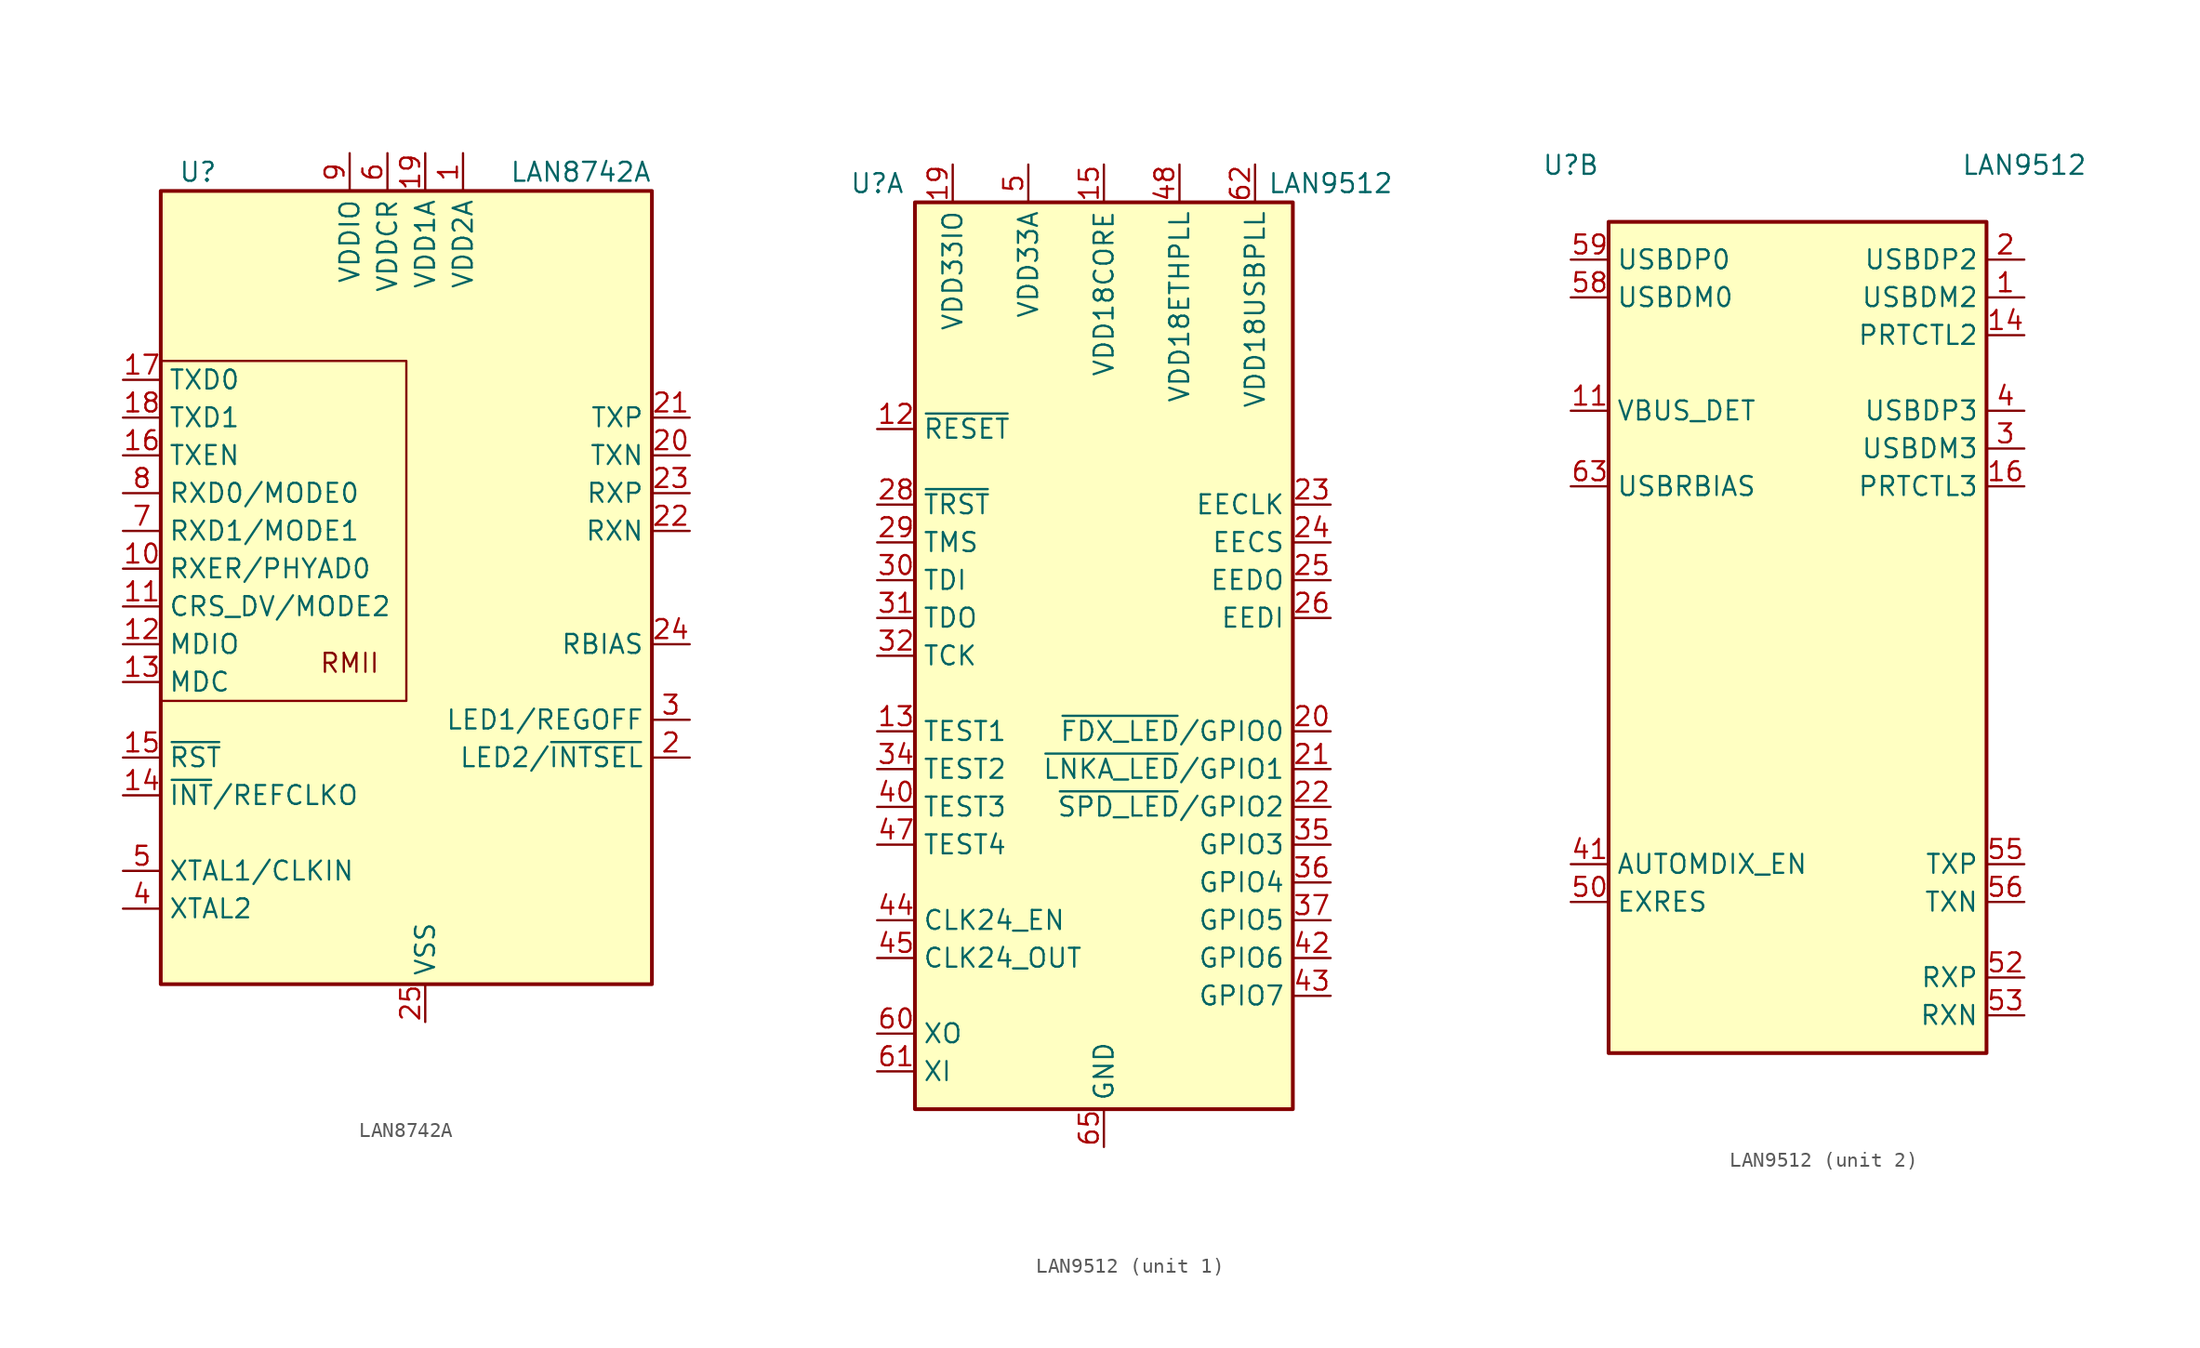
<source format=kicad_sym>
(kicad_symbol_lib
  (version 20220914)
  (generator kicad_symbol_editor)
  (symbol "LAN8742A"
    (property "Reference" "U"
      (at -13.97 29.21 0)
      (effects (font (size 1.27 1.27)) (justify right)))
    (property "Value" "LAN8742A"
      (at 15.24 29.21 0)
      (effects (font (size 1.27 1.27)) (justify right)))
    (symbol "LAN8742A_0_0"
      (text "RMII" (at -5.08 -3.81 0) (effects (font (size 1.27 1.27)))))
    (symbol "LAN8742A_0_1"
      (rectangle (start -17.78 27.94) (end 15.24 -25.4) (stroke (width 0.254) (type default)) (fill (type background)))
      (polyline (pts (xy -17.78 -6.35) (xy -1.27 -6.35) (xy -1.27 16.51) (xy -17.78 16.51)) (stroke (width 0) (type default)) (fill (type none))))
    (symbol "LAN8742A_1_1"
      (pin power_in line (at 2.54 30.48 270) (length 2.54) (name "VDD2A" (effects (font (size 1.27 1.27)))) (number "1" (effects (font (size 1.27 1.27)))))
      (pin output line (at -20.32 2.54 0) (length 2.54) (name "RXER/PHYAD0" (effects (font (size 1.27 1.27)))) (number "10" (effects (font (size 1.27 1.27)))))
      (pin bidirectional line (at -20.32 0 0) (length 2.54) (name "CRS_DV/MODE2" (effects (font (size 1.27 1.27)))) (number "11" (effects (font (size 1.27 1.27)))))
      (pin bidirectional line (at -20.32 -2.54 0) (length 2.54) (name "MDIO" (effects (font (size 1.27 1.27)))) (number "12" (effects (font (size 1.27 1.27)))))
      (pin input line (at -20.32 -5.08 0) (length 2.54) (name "MDC" (effects (font (size 1.27 1.27)))) (number "13" (effects (font (size 1.27 1.27)))))
      (pin output line (at -20.32 -12.7 0) (length 2.54) (name "~{INT}/REFCLKO" (effects (font (size 1.27 1.27)))) (number "14" (effects (font (size 1.27 1.27)))))
      (pin input line (at -20.32 -10.16 0) (length 2.54) (name "~{RST}" (effects (font (size 1.27 1.27)))) (number "15" (effects (font (size 1.27 1.27)))))
      (pin input line (at -20.32 10.16 0) (length 2.54) (name "TXEN" (effects (font (size 1.27 1.27)))) (number "16" (effects (font (size 1.27 1.27)))))
      (pin input line (at -20.32 15.24 0) (length 2.54) (name "TXD0" (effects (font (size 1.27 1.27)))) (number "17" (effects (font (size 1.27 1.27)))))
      (pin input line (at -20.32 12.7 0) (length 2.54) (name "TXD1" (effects (font (size 1.27 1.27)))) (number "18" (effects (font (size 1.27 1.27)))))
      (pin power_in line (at 0 30.48 270) (length 2.54) (name "VDD1A" (effects (font (size 1.27 1.27)))) (number "19" (effects (font (size 1.27 1.27)))))
      (pin bidirectional line (at 17.78 -10.16 180) (length 2.54) (name "LED2/~{INTSEL}" (effects (font (size 1.27 1.27)))) (number "2" (effects (font (size 1.27 1.27)))) (alternate "~{INT}/~{INTSEL}" output line) (alternate "~{PME}/~{INTSEL}" output line))
      (pin passive line (at 17.78 10.16 180) (length 2.54) (name "TXN" (effects (font (size 1.27 1.27)))) (number "20" (effects (font (size 1.27 1.27)))))
      (pin passive line (at 17.78 12.7 180) (length 2.54) (name "TXP" (effects (font (size 1.27 1.27)))) (number "21" (effects (font (size 1.27 1.27)))))
      (pin passive line (at 17.78 5.08 180) (length 2.54) (name "RXN" (effects (font (size 1.27 1.27)))) (number "22" (effects (font (size 1.27 1.27)))))
      (pin passive line (at 17.78 7.62 180) (length 2.54) (name "RXP" (effects (font (size 1.27 1.27)))) (number "23" (effects (font (size 1.27 1.27)))))
      (pin passive line (at 17.78 -2.54 180) (length 2.54) (name "RBIAS" (effects (font (size 1.27 1.27)))) (number "24" (effects (font (size 1.27 1.27)))))
      (pin power_in line (at 0 -27.94 90) (length 2.54) (name "VSS" (effects (font (size 1.27 1.27)))) (number "25" (effects (font (size 1.27 1.27)))))
      (pin bidirectional line (at 17.78 -7.62 180) (length 2.54) (name "LED1/REGOFF" (effects (font (size 1.27 1.27)))) (number "3" (effects (font (size 1.27 1.27)))) (alternate "~{INT}/REGOFF" bidirectional line) (alternate "~{PME}/REGOFF" bidirectional line))
      (pin output line (at -20.32 -20.32 0) (length 2.54) (name "XTAL2" (effects (font (size 1.27 1.27)))) (number "4" (effects (font (size 1.27 1.27)))))
      (pin input line (at -20.32 -17.78 0) (length 2.54) (name "XTAL1/CLKIN" (effects (font (size 1.27 1.27)))) (number "5" (effects (font (size 1.27 1.27)))))
      (pin power_in line (at -2.54 30.48 270) (length 2.54) (name "VDDCR" (effects (font (size 1.27 1.27)))) (number "6" (effects (font (size 1.27 1.27)))))
      (pin bidirectional line (at -20.32 5.08 0) (length 2.54) (name "RXD1/MODE1" (effects (font (size 1.27 1.27)))) (number "7" (effects (font (size 1.27 1.27)))))
      (pin bidirectional line (at -20.32 7.62 0) (length 2.54) (name "RXD0/MODE0" (effects (font (size 1.27 1.27)))) (number "8" (effects (font (size 1.27 1.27)))))
      (pin power_in line (at -5.08 30.48 270) (length 2.54) (name "VDDIO" (effects (font (size 1.27 1.27)))) (number "9" (effects (font (size 1.27 1.27)))))))
  (symbol "LAN9512"
    (property "Reference" "U"
      (at -15.24 31.75 0)
      (effects (font (size 1.27 1.27))))
    (property "Value" "LAN9512"
      (at 15.24 31.75 0)
      (effects (font (size 1.27 1.27))))
    (property "ki_locked" ""
      (at 0 0 0)
      (effects (font (size 1.27 1.27))))
    (symbol "LAN9512_1_1"
      (rectangle (start -12.7 30.48) (end 12.7 -30.48) (stroke (width 0.254) (type default)) (fill (type background)))
      (pin passive line (at -5.08 33.02 270) (length 2.54) hide (name "VDD33A" (effects (font (size 1.27 1.27)))) (number "10" (effects (font (size 1.27 1.27)))))
      (pin input line (at -15.24 15.24 0) (length 2.54) (name "~{RESET}" (effects (font (size 1.27 1.27)))) (number "12" (effects (font (size 1.27 1.27)))))
      (pin input line (at -15.24 -5.08 0) (length 2.54) (name "TEST1" (effects (font (size 1.27 1.27)))) (number "13" (effects (font (size 1.27 1.27)))))
      (pin power_in line (at 0 33.02 270) (length 2.54) (name "VDD18CORE" (effects (font (size 1.27 1.27)))) (number "15" (effects (font (size 1.27 1.27)))))
      (pin power_in line (at -10.16 33.02 270) (length 2.54) (name "VDD33IO" (effects (font (size 1.27 1.27)))) (number "19" (effects (font (size 1.27 1.27)))))
      (pin bidirectional line (at 15.24 -5.08 180) (length 2.54) (name "~{FDX_LED}/GPIO0" (effects (font (size 1.27 1.27)))) (number "20" (effects (font (size 1.27 1.27)))))
      (pin bidirectional line (at 15.24 -7.62 180) (length 2.54) (name "~{LNKA_LED}/GPIO1" (effects (font (size 1.27 1.27)))) (number "21" (effects (font (size 1.27 1.27)))))
      (pin bidirectional line (at 15.24 -10.16 180) (length 2.54) (name "~{SPD_LED}/GPIO2" (effects (font (size 1.27 1.27)))) (number "22" (effects (font (size 1.27 1.27)))))
      (pin output line (at 15.24 10.16 180) (length 2.54) (name "EECLK" (effects (font (size 1.27 1.27)))) (number "23" (effects (font (size 1.27 1.27)))))
      (pin output line (at 15.24 7.62 180) (length 2.54) (name "EECS" (effects (font (size 1.27 1.27)))) (number "24" (effects (font (size 1.27 1.27)))))
      (pin output line (at 15.24 5.08 180) (length 2.54) (name "EEDO" (effects (font (size 1.27 1.27)))) (number "25" (effects (font (size 1.27 1.27)))))
      (pin input line (at 15.24 2.54 180) (length 2.54) (name "EEDI" (effects (font (size 1.27 1.27)))) (number "26" (effects (font (size 1.27 1.27)))))
      (pin passive line (at -10.16 33.02 270) (length 2.54) hide (name "VDD33IO" (effects (font (size 1.27 1.27)))) (number "27" (effects (font (size 1.27 1.27)))))
      (pin input line (at -15.24 10.16 0) (length 2.54) (name "~{TRST}" (effects (font (size 1.27 1.27)))) (number "28" (effects (font (size 1.27 1.27)))))
      (pin input line (at -15.24 7.62 0) (length 2.54) (name "TMS" (effects (font (size 1.27 1.27)))) (number "29" (effects (font (size 1.27 1.27)))))
      (pin input line (at -15.24 5.08 0) (length 2.54) (name "TDI" (effects (font (size 1.27 1.27)))) (number "30" (effects (font (size 1.27 1.27)))))
      (pin output line (at -15.24 2.54 0) (length 2.54) (name "TDO" (effects (font (size 1.27 1.27)))) (number "31" (effects (font (size 1.27 1.27)))))
      (pin input line (at -15.24 0 0) (length 2.54) (name "TCK" (effects (font (size 1.27 1.27)))) (number "32" (effects (font (size 1.27 1.27)))))
      (pin passive line (at -10.16 33.02 270) (length 2.54) hide (name "VDD33IO" (effects (font (size 1.27 1.27)))) (number "33" (effects (font (size 1.27 1.27)))))
      (pin input line (at -15.24 -7.62 0) (length 2.54) (name "TEST2" (effects (font (size 1.27 1.27)))) (number "34" (effects (font (size 1.27 1.27)))))
      (pin bidirectional line (at 15.24 -12.7 180) (length 2.54) (name "GPIO3" (effects (font (size 1.27 1.27)))) (number "35" (effects (font (size 1.27 1.27)))))
      (pin bidirectional line (at 15.24 -15.24 180) (length 2.54) (name "GPIO4" (effects (font (size 1.27 1.27)))) (number "36" (effects (font (size 1.27 1.27)))))
      (pin bidirectional line (at 15.24 -17.78 180) (length 2.54) (name "GPIO5" (effects (font (size 1.27 1.27)))) (number "37" (effects (font (size 1.27 1.27)))))
      (pin passive line (at 0 33.02 270) (length 2.54) hide (name "VDD18CORE" (effects (font (size 1.27 1.27)))) (number "38" (effects (font (size 1.27 1.27)))))
      (pin passive line (at -10.16 33.02 270) (length 2.54) hide (name "VDD33IO" (effects (font (size 1.27 1.27)))) (number "39" (effects (font (size 1.27 1.27)))))
      (pin input line (at -15.24 -10.16 0) (length 2.54) (name "TEST3" (effects (font (size 1.27 1.27)))) (number "40" (effects (font (size 1.27 1.27)))))
      (pin bidirectional line (at 15.24 -20.32 180) (length 2.54) (name "GPIO6" (effects (font (size 1.27 1.27)))) (number "42" (effects (font (size 1.27 1.27)))))
      (pin bidirectional line (at 15.24 -22.86 180) (length 2.54) (name "GPIO7" (effects (font (size 1.27 1.27)))) (number "43" (effects (font (size 1.27 1.27)))))
      (pin input line (at -15.24 -17.78 0) (length 2.54) (name "CLK24_EN" (effects (font (size 1.27 1.27)))) (number "44" (effects (font (size 1.27 1.27)))))
      (pin output line (at -15.24 -20.32 0) (length 2.54) (name "CLK24_OUT" (effects (font (size 1.27 1.27)))) (number "45" (effects (font (size 1.27 1.27)))))
      (pin passive line (at -10.16 33.02 270) (length 2.54) hide (name "VDD33IO" (effects (font (size 1.27 1.27)))) (number "46" (effects (font (size 1.27 1.27)))))
      (pin input line (at -15.24 -12.7 0) (length 2.54) (name "TEST4" (effects (font (size 1.27 1.27)))) (number "47" (effects (font (size 1.27 1.27)))))
      (pin power_in line (at 5.08 33.02 270) (length 2.54) (name "VDD18ETHPLL" (effects (font (size 1.27 1.27)))) (number "48" (effects (font (size 1.27 1.27)))))
      (pin passive line (at -5.08 33.02 270) (length 2.54) hide (name "VDD33A" (effects (font (size 1.27 1.27)))) (number "49" (effects (font (size 1.27 1.27)))))
      (pin power_in line (at -5.08 33.02 270) (length 2.54) (name "VDD33A" (effects (font (size 1.27 1.27)))) (number "5" (effects (font (size 1.27 1.27)))))
      (pin passive line (at -5.08 33.02 270) (length 2.54) hide (name "VDD33A" (effects (font (size 1.27 1.27)))) (number "51" (effects (font (size 1.27 1.27)))))
      (pin passive line (at -5.08 33.02 270) (length 2.54) hide (name "VDD33A" (effects (font (size 1.27 1.27)))) (number "54" (effects (font (size 1.27 1.27)))))
      (pin passive line (at -5.08 33.02 270) (length 2.54) hide (name "VDD33A" (effects (font (size 1.27 1.27)))) (number "57" (effects (font (size 1.27 1.27)))))
      (pin input line (at -15.24 -25.4 0) (length 2.54) (name "XO" (effects (font (size 1.27 1.27)))) (number "60" (effects (font (size 1.27 1.27)))))
      (pin input line (at -15.24 -27.94 0) (length 2.54) (name "XI" (effects (font (size 1.27 1.27)))) (number "61" (effects (font (size 1.27 1.27)))))
      (pin power_in line (at 10.16 33.02 270) (length 2.54) (name "VDD18USBPLL" (effects (font (size 1.27 1.27)))) (number "62" (effects (font (size 1.27 1.27)))))
      (pin passive line (at -5.08 33.02 270) (length 2.54) hide (name "VDD33A" (effects (font (size 1.27 1.27)))) (number "64" (effects (font (size 1.27 1.27)))))
      (pin power_in line (at 0 -33.02 90) (length 2.54) (name "GND" (effects (font (size 1.27 1.27)))) (number "65" (effects (font (size 1.27 1.27))))))
    (symbol "LAN9512_2_1"
      (rectangle (start 12.7 -27.94) (end -12.7 27.94) (stroke (width 0.254) (type default)) (fill (type background)))
      (pin bidirectional line (at 15.24 22.86 180) (length 2.54) (name "USBDM2" (effects (font (size 1.27 1.27)))) (number "1" (effects (font (size 1.27 1.27)))))
      (pin input line (at -15.24 15.24 0) (length 2.54) (name "VBUS_DET" (effects (font (size 1.27 1.27)))) (number "11" (effects (font (size 1.27 1.27)))))
      (pin bidirectional line (at 15.24 20.32 180) (length 2.54) (name "PRTCTL2" (effects (font (size 1.27 1.27)))) (number "14" (effects (font (size 1.27 1.27)))))
      (pin bidirectional line (at 15.24 10.16 180) (length 2.54) (name "PRTCTL3" (effects (font (size 1.27 1.27)))) (number "16" (effects (font (size 1.27 1.27)))))
      (pin no_connect line (at 12.7 0 180) (length 2.54) hide (name "NC" (effects (font (size 1.27 1.27)))) (number "17" (effects (font (size 1.27 1.27)))))
      (pin no_connect line (at 12.7 -10.16 180) (length 2.54) hide (name "NC" (effects (font (size 1.27 1.27)))) (number "18" (effects (font (size 1.27 1.27)))))
      (pin bidirectional line (at 15.24 25.4 180) (length 2.54) (name "USBDP2" (effects (font (size 1.27 1.27)))) (number "2" (effects (font (size 1.27 1.27)))))
      (pin bidirectional line (at 15.24 12.7 180) (length 2.54) (name "USBDM3" (effects (font (size 1.27 1.27)))) (number "3" (effects (font (size 1.27 1.27)))))
      (pin bidirectional line (at 15.24 15.24 180) (length 2.54) (name "USBDP3" (effects (font (size 1.27 1.27)))) (number "4" (effects (font (size 1.27 1.27)))))
      (pin input line (at -15.24 -15.24 0) (length 2.54) (name "AUTOMDIX_EN" (effects (font (size 1.27 1.27)))) (number "41" (effects (font (size 1.27 1.27)))))
      (pin input line (at -15.24 -17.78 0) (length 2.54) (name "EXRES" (effects (font (size 1.27 1.27)))) (number "50" (effects (font (size 1.27 1.27)))))
      (pin input line (at 15.24 -22.86 180) (length 2.54) (name "RXP" (effects (font (size 1.27 1.27)))) (number "52" (effects (font (size 1.27 1.27)))))
      (pin input line (at 15.24 -25.4 180) (length 2.54) (name "RXN" (effects (font (size 1.27 1.27)))) (number "53" (effects (font (size 1.27 1.27)))))
      (pin output line (at 15.24 -15.24 180) (length 2.54) (name "TXP" (effects (font (size 1.27 1.27)))) (number "55" (effects (font (size 1.27 1.27)))))
      (pin output line (at 15.24 -17.78 180) (length 2.54) (name "TXN" (effects (font (size 1.27 1.27)))) (number "56" (effects (font (size 1.27 1.27)))))
      (pin bidirectional line (at -15.24 22.86 0) (length 2.54) (name "USBDM0" (effects (font (size 1.27 1.27)))) (number "58" (effects (font (size 1.27 1.27)))))
      (pin bidirectional line (at -15.24 25.4 0) (length 2.54) (name "USBDP0" (effects (font (size 1.27 1.27)))) (number "59" (effects (font (size 1.27 1.27)))))
      (pin no_connect line (at 12.7 2.54 180) (length 2.54) hide (name "NC" (effects (font (size 1.27 1.27)))) (number "6" (effects (font (size 1.27 1.27)))))
      (pin input line (at -15.24 10.16 0) (length 2.54) (name "USBRBIAS" (effects (font (size 1.27 1.27)))) (number "63" (effects (font (size 1.27 1.27)))))
      (pin no_connect line (at 12.7 5.08 180) (length 2.54) hide (name "NC" (effects (font (size 1.27 1.27)))) (number "7" (effects (font (size 1.27 1.27)))))
      (pin no_connect line (at 12.7 -7.62 180) (length 2.54) hide (name "NC" (effects (font (size 1.27 1.27)))) (number "8" (effects (font (size 1.27 1.27)))))
      (pin no_connect line (at 12.7 -5.08 180) (length 2.54) hide (name "NC" (effects (font (size 1.27 1.27)))) (number "9" (effects (font (size 1.27 1.27))))))))
</source>
